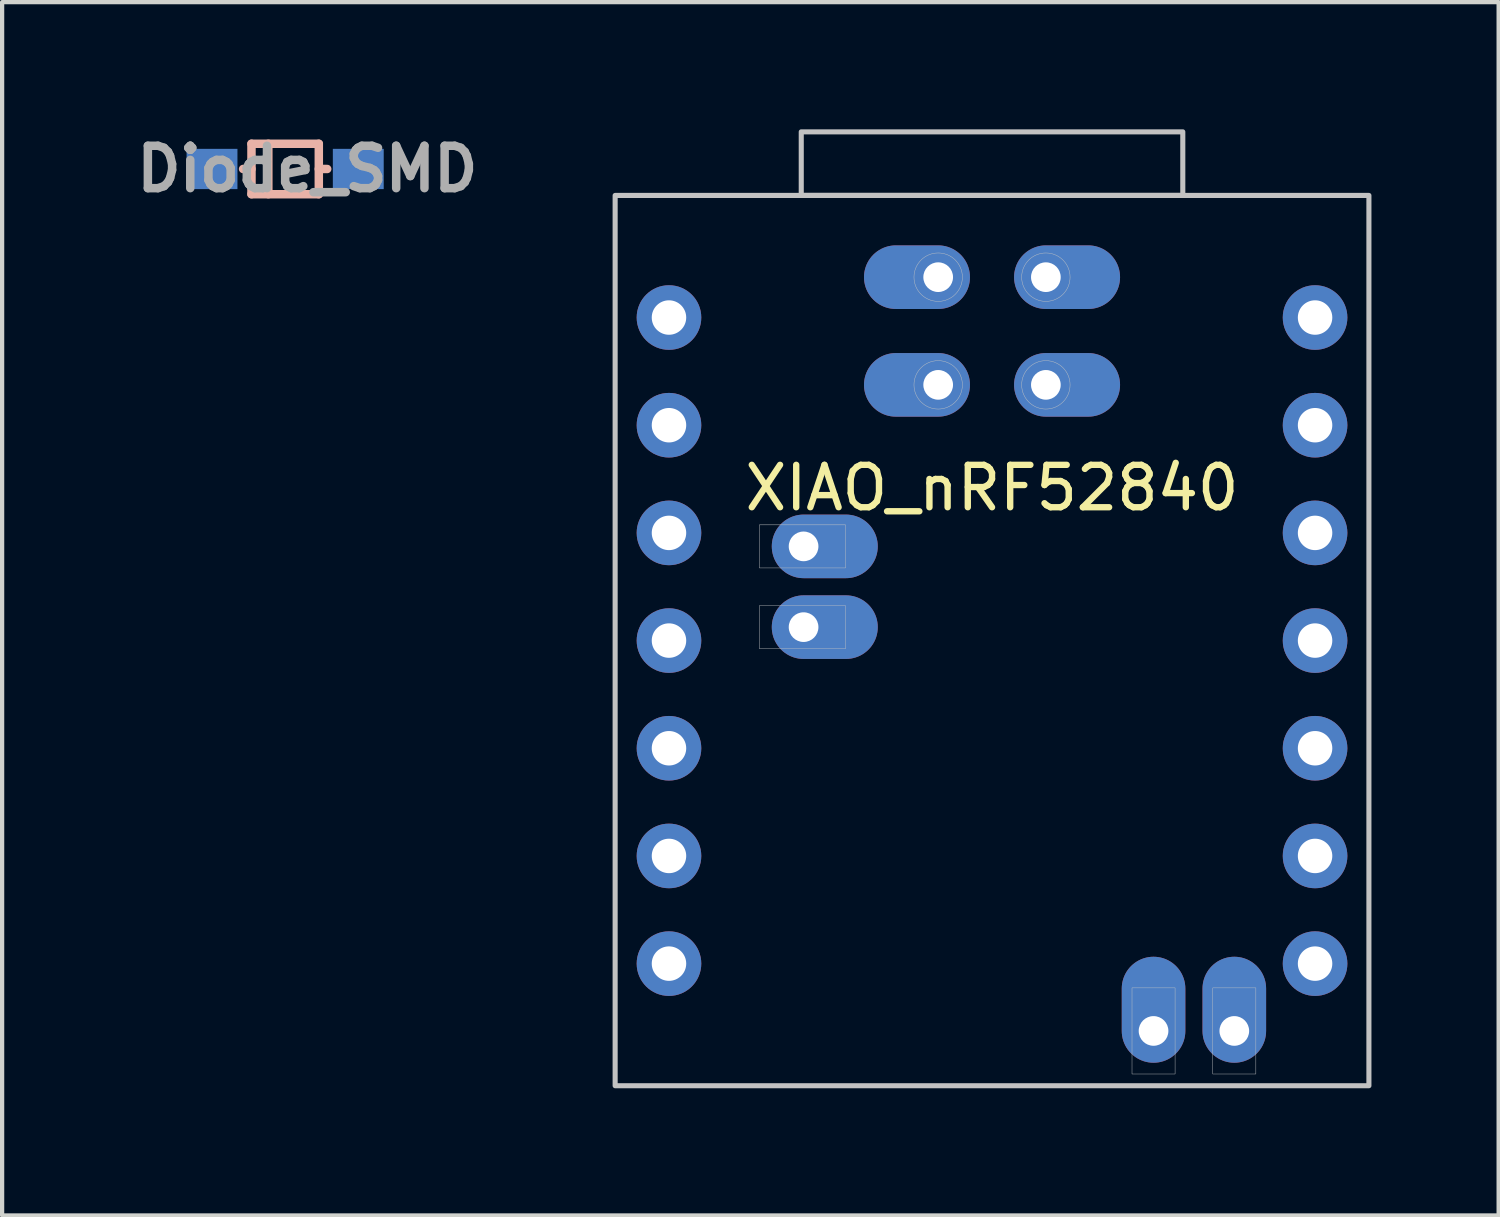
<source format=kicad_pcb>
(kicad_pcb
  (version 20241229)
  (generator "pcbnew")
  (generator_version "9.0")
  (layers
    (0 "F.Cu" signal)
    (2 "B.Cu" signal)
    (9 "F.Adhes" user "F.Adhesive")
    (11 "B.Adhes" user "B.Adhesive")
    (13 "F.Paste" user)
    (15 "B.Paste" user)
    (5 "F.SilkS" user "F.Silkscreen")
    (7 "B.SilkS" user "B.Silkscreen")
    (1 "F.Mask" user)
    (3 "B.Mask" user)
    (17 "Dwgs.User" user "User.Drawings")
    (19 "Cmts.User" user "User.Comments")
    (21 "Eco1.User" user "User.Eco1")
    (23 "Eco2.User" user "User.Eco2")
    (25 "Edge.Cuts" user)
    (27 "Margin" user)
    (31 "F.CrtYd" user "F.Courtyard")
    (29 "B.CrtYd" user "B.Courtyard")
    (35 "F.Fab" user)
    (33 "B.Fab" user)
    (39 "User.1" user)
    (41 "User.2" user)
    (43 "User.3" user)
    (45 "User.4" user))
  (footprint "Diode_SMD"
    (layer "F.Cu")
    (at 0.898 0.936)
    (property "Reference" "Diode_SMD" (at 3.302 0 0) (layer "F.Fab") (effects (font (size 1 1) (thickness 0.2))))
    (attr smd)
    (fp_line (start 1.786 0) (end 1.984 0) (stroke (width 0.2) (type solid)) (layer "B.SilkS"))
    (fp_line (start 1.984 -0.595) (end 1.984 0.595) (stroke (width 0.2) (type solid)) (layer "B.SilkS"))
    (fp_line (start 1.984 0.595) (end 3.572 0.595) (stroke (width 0.2) (type solid)) (layer "B.SilkS"))
    (fp_line (start 2.381 0.595) (end 2.381 -0.595) (stroke (width 0.2) (type solid)) (layer "B.SilkS"))
    (fp_line (start 3.572 -0.595) (end 1.984 -0.595) (stroke (width 0.2) (type solid)) (layer "B.SilkS"))
    (fp_line (start 3.572 0) (end 3.77 0) (stroke (width 0.2) (type solid)) (layer "B.SilkS"))
    (fp_line (start 3.572 0.595) (end 3.572 -0.595) (stroke (width 0.2) (type solid)) (layer "B.SilkS"))
    (pad "1" smd rect (at 1.053 0) (size 1.2 0.95) (layers "B.Cu" "B.Mask" "B.Paste"))
    (pad "2" smd rect (at 4.503 0) (size 1.2 0.95) (layers "B.Cu" "B.Mask" "B.Paste")))
  (footprint "XIAO_nRF52840"
    (layer "F.Cu")
    (at 20.35 1.56)
    (property "Reference" "XIAO_nRF52840" (at 0 6.9 0) (layer "F.SilkS") (effects (font (size 1 1) (thickness 0.15))))
    (attr through_hole exclude_from_pos_files)
    (fp_rect (start -8.89 21) (end 8.89 0) (stroke (width 0.12) (type solid)) (fill no) (layer "Dwgs.User"))
    (fp_rect (start -5.488 7.77) (end -3.456 8.786) (stroke (width 0.01) (type solid)) (fill no) (layer "Dwgs.User"))
    (fp_rect (start -5.488 9.675) (end -3.456 10.691) (stroke (width 0.01) (type solid)) (fill no) (layer "Dwgs.User"))
    (fp_rect (start -4.5 -1.5) (end 4.5 0) (stroke (width 0.12) (type solid)) (fill no) (layer "Dwgs.User"))
    (fp_rect (start 3.302 18.692) (end 4.318 20.724) (stroke (width 0.01) (type solid)) (fill no) (layer "Dwgs.User"))
    (fp_rect (start 5.207 18.692) (end 6.223 20.724) (stroke (width 0.01) (type solid)) (fill no) (layer "Dwgs.User"))
    (fp_circle (center -1.27 1.928) (end -0.699 1.928) (stroke (width 0.01) (type solid)) (fill no) (layer "Dwgs.User"))
    (fp_circle (center -1.27 4.468) (end -0.699 4.468) (stroke (width 0.01) (type solid)) (fill no) (layer "Dwgs.User"))
    (fp_circle (center 1.27 1.928) (end 1.841 1.928) (stroke (width 0.01) (type solid)) (fill no) (layer "Dwgs.User"))
    (fp_circle (center 1.27 4.468) (end 1.841 4.468) (stroke (width 0.01) (type solid)) (fill no) (layer "Dwgs.User"))
    (pad "1" thru_hole circle (at -7.62 2.88) (size 1.524 1.524) (drill 0.813) (layers "*.Cu" "*.Mask"))
    (pad "2" thru_hole circle (at -7.62 5.42) (size 1.524 1.524) (drill 0.813) (layers "*.Cu" "*.Mask"))
    (pad "3" thru_hole circle (at -7.62 7.96) (size 1.524 1.524) (drill 0.813) (layers "*.Cu" "*.Mask"))
    (pad "4" thru_hole circle (at -7.62 10.5) (size 1.524 1.524) (drill 0.813) (layers "*.Cu" "*.Mask"))
    (pad "5" thru_hole circle (at -7.62 13.04) (size 1.524 1.524) (drill 0.813) (layers "*.Cu" "*.Mask"))
    (pad "6" thru_hole circle (at -7.62 15.58) (size 1.524 1.524) (drill 0.813) (layers "*.Cu" "*.Mask"))
    (pad "7" thru_hole circle (at -7.62 18.12) (size 1.524 1.524) (drill 0.813) (layers "*.Cu" "*.Mask"))
    (pad "8" thru_hole circle (at 7.62 18.12) (size 1.524 1.524) (drill 0.813) (layers "*.Cu" "*.Mask"))
    (pad "9" thru_hole circle (at 7.62 15.58) (size 1.524 1.524) (drill 0.813) (layers "*.Cu" "*.Mask"))
    (pad "10" thru_hole circle (at 7.62 13.04) (size 1.524 1.524) (drill 0.813) (layers "*.Cu" "*.Mask"))
    (pad "11" thru_hole circle (at 7.62 10.5) (size 1.524 1.524) (drill 0.813) (layers "*.Cu" "*.Mask"))
    (pad "12" thru_hole circle (at 7.62 7.96) (size 1.524 1.524) (drill 0.813) (layers "*.Cu" "*.Mask"))
    (pad "13" thru_hole circle (at 7.62 5.42) (size 1.524 1.524) (drill 0.813) (layers "*.Cu" "*.Mask"))
    (pad "14" thru_hole circle (at 7.62 2.88) (size 1.524 1.524) (drill 0.813) (layers "*.Cu" "*.Mask"))
    (pad "15" thru_hole oval (at 1.27 4.468) (size 2.5 1.5) (drill 0.7 (offset 0.5 0)) (layers "*.Cu" "*.Mask"))
    (pad "16" thru_hole oval (at -1.27 4.468) (size 2.5 1.5) (drill 0.7 (offset -0.5 0)) (layers "*.Cu" "*.Mask"))
    (pad "17" thru_hole oval (at 1.27 1.928) (size 2.5 1.5) (drill 0.7 (offset 0.5 0)) (layers "*.Cu" "*.Mask"))
    (pad "18" thru_hole oval (at -1.27 1.928) (size 2.5 1.5) (drill 0.7 (offset -0.5 0)) (layers "*.Cu" "*.Mask"))
    (pad "19" thru_hole oval (at -4.445 10.183) (size 2.5 1.5) (drill 0.7 (offset 0.5 0)) (layers "*.Cu" "*.Mask"))
    (pad "20" thru_hole oval (at -4.445 8.278) (size 2.5 1.5) (drill 0.7 (offset 0.5 0)) (layers "*.Cu" "*.Mask"))
    (pad "21" thru_hole oval (at 3.81 19.708) (size 1.5 2.5) (drill 0.7 (offset 0 -0.5)) (layers "*.Cu" "*.Mask"))
    (pad "22" thru_hole oval (at 5.715 19.708) (size 1.5 2.5) (drill 0.7 (offset 0 -0.5)) (layers "*.Cu" "*.Mask")))
  (gr_rect
    (start -3 -3)
    (end 32.3 25.62)
    (stroke (width 0.1) (type default))
    (fill no)
    (layer "Edge.Cuts")))
</source>
